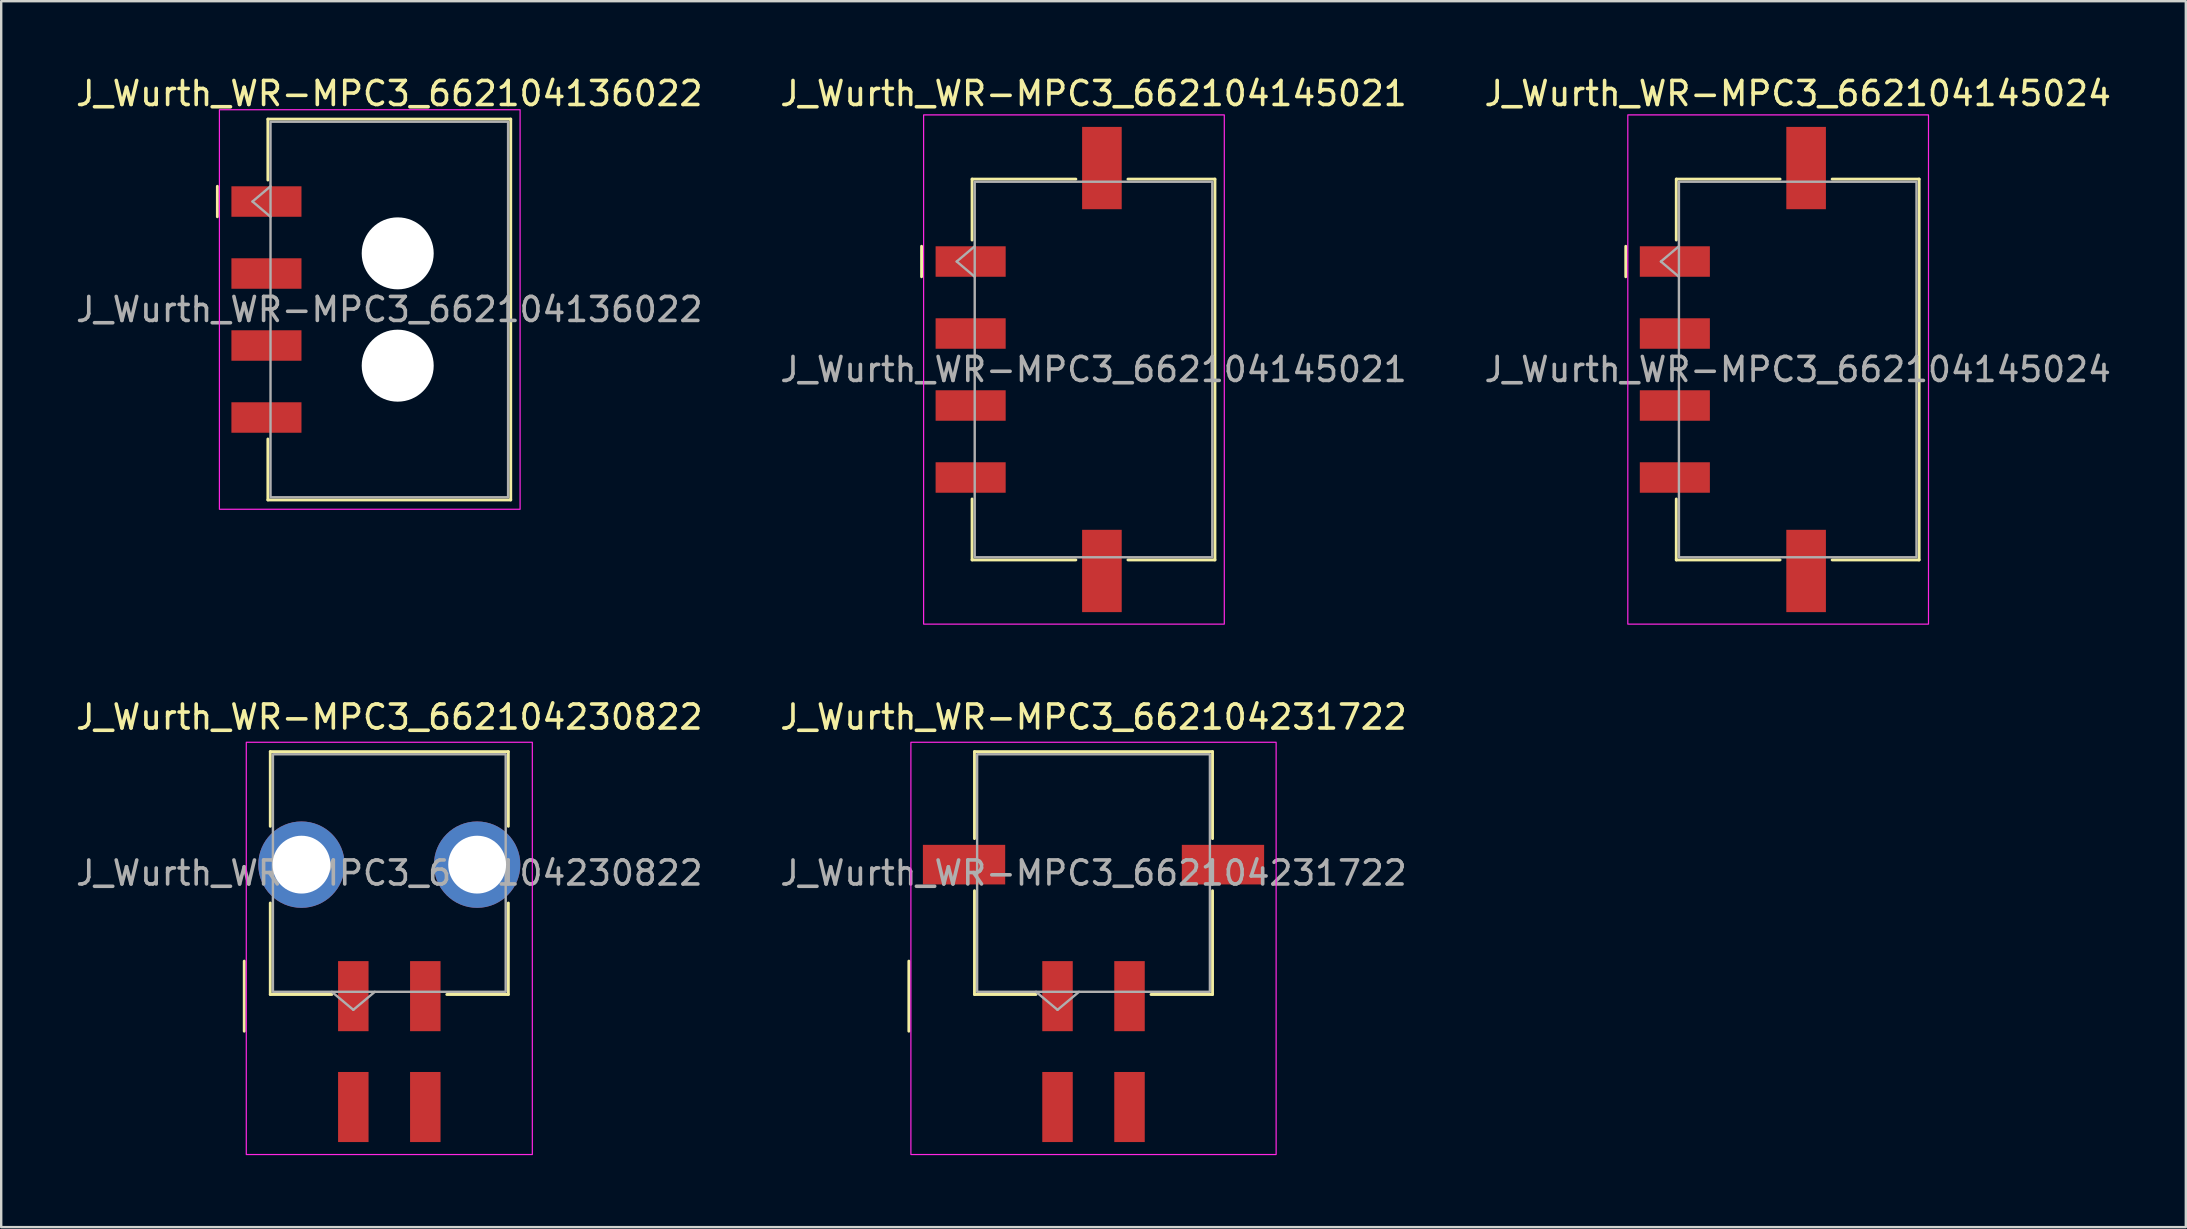
<source format=kicad_pcb>
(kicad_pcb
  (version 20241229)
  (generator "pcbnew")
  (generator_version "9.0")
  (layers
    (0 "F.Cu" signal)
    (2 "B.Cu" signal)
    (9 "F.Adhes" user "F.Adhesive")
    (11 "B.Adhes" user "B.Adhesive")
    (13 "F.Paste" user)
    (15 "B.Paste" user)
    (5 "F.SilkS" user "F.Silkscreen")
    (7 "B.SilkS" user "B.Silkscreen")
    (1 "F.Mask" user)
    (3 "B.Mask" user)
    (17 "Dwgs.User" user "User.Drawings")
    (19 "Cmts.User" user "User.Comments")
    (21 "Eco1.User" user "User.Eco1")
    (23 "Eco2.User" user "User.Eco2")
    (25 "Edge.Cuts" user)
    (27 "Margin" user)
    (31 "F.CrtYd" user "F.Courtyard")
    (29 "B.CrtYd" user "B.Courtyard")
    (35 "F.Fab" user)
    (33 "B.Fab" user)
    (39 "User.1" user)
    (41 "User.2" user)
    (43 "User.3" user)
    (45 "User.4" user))
  (footprint "J_Wurth_WR-MPC3_662104136022"
    (layer "F.Cu")
    (at 13.173 9.848)
    (property "Reference" "J_Wurth_WR-MPC3_662104136022" (at 0 -9 0) (unlocked yes) (layer "F.SilkS") (effects (font (size 1 1) (thickness 0.15))))
    (attr smd)
    (fp_line (start -7.165 -5.135) (end -7.165 -3.865) (stroke (width 0.12) (type solid)) (layer "F.SilkS"))
    (fp_line (start -5.06 -7.935) (end 5.06 -7.935) (stroke (width 0.12) (type default)) (layer "F.SilkS"))
    (fp_line (start -5.06 -5.395) (end -5.06 -7.935) (stroke (width 0.12) (type default)) (layer "F.SilkS"))
    (fp_line (start -5.06 7.935) (end -5.06 5.395) (stroke (width 0.12) (type default)) (layer "F.SilkS"))
    (fp_line (start 5.06 -7.935) (end 5.06 7.935) (stroke (width 0.12) (type default)) (layer "F.SilkS"))
    (fp_line (start 5.06 7.935) (end -5.06 7.935) (stroke (width 0.12) (type default)) (layer "F.SilkS"))
    (fp_rect (start -7.08 -8.325) (end 5.45 8.325) (stroke (width 0.05) (type solid)) (fill no) (layer "F.CrtYd"))
    (fp_line (start -5.7 -4.5) (end -4.95 -5.135) (stroke (width 0.1) (type solid)) (layer "F.Fab"))
    (fp_line (start -5.7 -4.5) (end -4.95 -3.865) (stroke (width 0.1) (type solid)) (layer "F.Fab"))
    (fp_rect (start -4.95 -7.825) (end 4.95 7.825) (stroke (width 0.1) (type solid)) (fill no) (layer "F.Fab"))
    (fp_text user "${REFERENCE}" (at 0 0 0) (unlocked yes) (layer "F.Fab") (effects (font (size 1 1) (thickness 0.15))))
    (pad "" np_thru_hole circle (at 0.35 -2.34 90) (size 3 3) (drill 3) (layers "*.Cu" "*.Mask"))
    (pad "" np_thru_hole circle (at 0.35 2.34 90) (size 3 3) (drill 3) (layers "*.Cu" "*.Mask"))
    (pad "1" smd rect (at -5.12 -4.5 90) (size 1.27 2.92) (layers "F.Cu" "F.Mask" "F.Paste"))
    (pad "2" smd rect (at -5.12 -1.5 90) (size 1.27 2.92) (layers "F.Cu" "F.Mask" "F.Paste"))
    (pad "3" smd rect (at -5.12 1.5 90) (size 1.27 2.92) (layers "F.Cu" "F.Mask" "F.Paste"))
    (pad "4" smd rect (at -5.12 4.5 90) (size 1.27 2.92) (layers "F.Cu" "F.Mask" "F.Paste")))
  (footprint "J_Wurth_WR-MPC3_662104230822"
    (layer "F.Cu")
    (at 13.173 33.331)
    (property "Reference" "J_Wurth_WR-MPC3_662104230822" (at 0 -6.5 0) (unlocked yes) (layer "F.SilkS") (effects (font (size 1 1) (thickness 0.15))))
    (attr smd)
    (fp_line (start -6.045 6.59) (end -6.045 3.67) (stroke (width 0.12) (type solid)) (layer "F.SilkS"))
    (fp_line (start -4.96 -5.06) (end -4.96 -1.948) (stroke (width 0.12) (type default)) (layer "F.SilkS"))
    (fp_line (start -4.96 -5.06) (end 4.96 -5.06) (stroke (width 0.12) (type default)) (layer "F.SilkS"))
    (fp_line (start -4.96 1.248) (end -4.96 5.06) (stroke (width 0.12) (type default)) (layer "F.SilkS"))
    (fp_line (start -2.395 5.06) (end -4.96 5.06) (stroke (width 0.12) (type solid)) (layer "F.SilkS"))
    (fp_line (start 4.96 -5.06) (end 4.96 -1.948) (stroke (width 0.12) (type default)) (layer "F.SilkS"))
    (fp_line (start 4.96 1.248) (end 4.96 5.06) (stroke (width 0.12) (type default)) (layer "F.SilkS"))
    (fp_line (start 4.96 5.06) (end 2.395 5.06) (stroke (width 0.12) (type solid)) (layer "F.SilkS"))
    (fp_rect (start -5.96 -5.45) (end 5.96 11.73) (stroke (width 0.05) (type solid)) (fill no) (layer "F.CrtYd"))
    (fp_line (start -1.5 5.7) (end -2.395 4.95) (stroke (width 0.1) (type solid)) (layer "F.Fab"))
    (fp_line (start -1.5 5.7) (end -0.605 4.95) (stroke (width 0.1) (type solid)) (layer "F.Fab"))
    (fp_rect (start -4.85 -4.95) (end 4.85 4.95) (stroke (width 0.1) (type solid)) (fill no) (layer "F.Fab"))
    (fp_text user "${REFERENCE}" (at 0 0 0) (unlocked yes) (layer "F.Fab") (effects (font (size 1 1) (thickness 0.15))))
    (pad "1" smd rect (at -1.5 5.13 180) (size 1.27 2.92) (layers "F.Cu" "F.Mask" "F.Paste"))
    (pad "2" smd rect (at 1.5 5.13 180) (size 1.27 2.92) (layers "F.Cu" "F.Mask" "F.Paste"))
    (pad "3" smd rect (at -1.5 9.75 180) (size 1.27 2.92) (layers "F.Cu" "F.Mask" "F.Paste"))
    (pad "4" smd rect (at 1.5 9.75 180) (size 1.27 2.92) (layers "F.Cu" "F.Mask" "F.Paste"))
    (pad "MP1" thru_hole circle (at 3.66 -0.35 180) (size 3.6 3.6) (drill 2.41) (layers "*.Cu" "*.Mask"))
    (pad "MP2" thru_hole circle (at -3.66 -0.35 180) (size 3.6 3.6) (drill 2.41) (layers "*.Cu" "*.Mask")))
  (footprint "J_Wurth_WR-MPC3_662104145021"
    (layer "F.Cu")
    (at 42.518 12.348)
    (property "Reference" "J_Wurth_WR-MPC3_662104145021" (at 0 -11.5 0) (unlocked yes) (layer "F.SilkS") (effects (font (size 1 1) (thickness 0.15))))
    (attr smd)
    (fp_line (start -7.165 -5.135) (end -7.165 -3.865) (stroke (width 0.12) (type solid)) (layer "F.SilkS"))
    (fp_line (start -5.06 -5.395) (end -5.06 -7.935) (stroke (width 0.12) (type default)) (layer "F.SilkS"))
    (fp_line (start -5.06 7.935) (end -5.06 5.395) (stroke (width 0.12) (type default)) (layer "F.SilkS"))
    (fp_line (start -0.735 -7.935) (end -5.06 -7.935) (stroke (width 0.12) (type default)) (layer "F.SilkS"))
    (fp_line (start -0.735 7.935) (end -5.06 7.935) (stroke (width 0.12) (type default)) (layer "F.SilkS"))
    (fp_line (start 5.06 -7.935) (end 1.435 -7.935) (stroke (width 0.12) (type solid)) (layer "F.SilkS"))
    (fp_line (start 5.06 -7.935) (end 5.06 7.935) (stroke (width 0.12) (type default)) (layer "F.SilkS"))
    (fp_line (start 5.06 7.935) (end 1.435 7.935) (stroke (width 0.12) (type solid)) (layer "F.SilkS"))
    (fp_rect (start -7.08 -10.61) (end 5.45 10.61) (stroke (width 0.05) (type solid)) (fill no) (layer "F.CrtYd"))
    (fp_line (start -5.7 -4.5) (end -4.95 -5.135) (stroke (width 0.1) (type solid)) (layer "F.Fab"))
    (fp_line (start -5.7 -4.5) (end -4.95 -3.865) (stroke (width 0.1) (type solid)) (layer "F.Fab"))
    (fp_rect (start -4.95 -7.825) (end 4.95 7.825) (stroke (width 0.1) (type solid)) (fill no) (layer "F.Fab"))
    (fp_text user "${REFERENCE}" (at 0 0 0) (unlocked yes) (layer "F.Fab") (effects (font (size 1 1) (thickness 0.15))))
    (pad "1" smd rect (at -5.12 -4.5 90) (size 1.27 2.92) (layers "F.Cu" "F.Mask" "F.Paste"))
    (pad "2" smd rect (at -5.12 -1.5 90) (size 1.27 2.92) (layers "F.Cu" "F.Mask" "F.Paste"))
    (pad "3" smd rect (at -5.12 1.5 90) (size 1.27 2.92) (layers "F.Cu" "F.Mask" "F.Paste"))
    (pad "4" smd rect (at -5.12 4.5 90) (size 1.27 2.92) (layers "F.Cu" "F.Mask" "F.Paste"))
    (pad "MP1" smd rect (at 0.35 8.395 90) (size 3.43 1.65) (layers "F.Cu" "F.Mask" "F.Paste"))
    (pad "MP2" smd rect (at 0.35 -8.395 90) (size 3.43 1.65) (layers "F.Cu" "F.Mask" "F.Paste")))
  (footprint "J_Wurth_WR-MPC3_662104231722"
    (layer "F.Cu")
    (at 42.518 33.331)
    (property "Reference" "J_Wurth_WR-MPC3_662104231722" (at 0 -6.5 0) (unlocked yes) (layer "F.SilkS") (effects (font (size 1 1) (thickness 0.15))))
    (attr smd)
    (fp_line (start -7.695 6.59) (end -7.695 3.67) (stroke (width 0.12) (type solid)) (layer "F.SilkS"))
    (fp_line (start -4.96 -5.06) (end -4.96 -1.435) (stroke (width 0.12) (type solid)) (layer "F.SilkS"))
    (fp_line (start -4.96 -5.06) (end 4.96 -5.06) (stroke (width 0.12) (type default)) (layer "F.SilkS"))
    (fp_line (start -4.96 0.735) (end -4.96 5.06) (stroke (width 0.12) (type solid)) (layer "F.SilkS"))
    (fp_line (start -2.395 5.06) (end -4.96 5.06) (stroke (width 0.12) (type solid)) (layer "F.SilkS"))
    (fp_line (start 4.96 -5.06) (end 4.96 -1.435) (stroke (width 0.12) (type solid)) (layer "F.SilkS"))
    (fp_line (start 4.96 0.735) (end 4.96 5.06) (stroke (width 0.12) (type solid)) (layer "F.SilkS"))
    (fp_line (start 4.96 5.06) (end 2.395 5.06) (stroke (width 0.12) (type solid)) (layer "F.SilkS"))
    (fp_rect (start -7.61 -5.45) (end 7.61 11.73) (stroke (width 0.05) (type solid)) (fill no) (layer "F.CrtYd"))
    (fp_line (start -1.5 5.7) (end -2.395 4.95) (stroke (width 0.1) (type solid)) (layer "F.Fab"))
    (fp_line (start -1.5 5.7) (end -0.605 4.95) (stroke (width 0.1) (type solid)) (layer "F.Fab"))
    (fp_rect (start -4.85 -4.95) (end 4.85 4.95) (stroke (width 0.1) (type solid)) (fill no) (layer "F.Fab"))
    (fp_text user "${REFERENCE}" (at 0 0 0) (unlocked yes) (layer "F.Fab") (effects (font (size 1 1) (thickness 0.15))))
    (pad "1" smd rect (at -1.5 5.13 180) (size 1.27 2.92) (layers "F.Cu" "F.Mask" "F.Paste"))
    (pad "2" smd rect (at 1.5 5.13 180) (size 1.27 2.92) (layers "F.Cu" "F.Mask" "F.Paste"))
    (pad "3" smd rect (at -1.5 9.75 180) (size 1.27 2.92) (layers "F.Cu" "F.Mask" "F.Paste"))
    (pad "4" smd rect (at 1.5 9.75 180) (size 1.27 2.92) (layers "F.Cu" "F.Mask" "F.Paste"))
    (pad "MP1" smd rect (at 5.395 -0.35 180) (size 3.43 1.65) (layers "F.Cu" "F.Mask" "F.Paste"))
    (pad "MP2" smd rect (at -5.395 -0.35 180) (size 3.43 1.65) (layers "F.Cu" "F.Mask" "F.Paste")))
  (footprint "J_Wurth_WR-MPC3_662104145024"
    (layer "F.Cu")
    (at 71.863 12.348)
    (property "Reference" "J_Wurth_WR-MPC3_662104145024" (at 0 -11.5 0) (unlocked yes) (layer "F.SilkS") (effects (font (size 1 1) (thickness 0.15))))
    (attr smd)
    (fp_line (start -7.165 -5.135) (end -7.165 -3.865) (stroke (width 0.12) (type solid)) (layer "F.SilkS"))
    (fp_line (start -5.06 -5.395) (end -5.06 -7.935) (stroke (width 0.12) (type default)) (layer "F.SilkS"))
    (fp_line (start -5.06 7.935) (end -5.06 5.395) (stroke (width 0.12) (type default)) (layer "F.SilkS"))
    (fp_line (start -0.735 -7.935) (end -5.06 -7.935) (stroke (width 0.12) (type default)) (layer "F.SilkS"))
    (fp_line (start -0.735 7.935) (end -5.06 7.935) (stroke (width 0.12) (type default)) (layer "F.SilkS"))
    (fp_line (start 5.06 -7.935) (end 1.435 -7.935) (stroke (width 0.12) (type solid)) (layer "F.SilkS"))
    (fp_line (start 5.06 -7.935) (end 5.06 7.935) (stroke (width 0.12) (type default)) (layer "F.SilkS"))
    (fp_line (start 5.06 7.935) (end 1.435 7.935) (stroke (width 0.12) (type solid)) (layer "F.SilkS"))
    (fp_rect (start -7.08 -10.61) (end 5.45 10.61) (stroke (width 0.05) (type solid)) (fill no) (layer "F.CrtYd"))
    (fp_line (start -5.7 -4.5) (end -4.95 -5.135) (stroke (width 0.1) (type solid)) (layer "F.Fab"))
    (fp_line (start -5.7 -4.5) (end -4.95 -3.865) (stroke (width 0.1) (type solid)) (layer "F.Fab"))
    (fp_rect (start -4.95 -7.825) (end 4.95 7.825) (stroke (width 0.1) (type solid)) (fill no) (layer "F.Fab"))
    (fp_text user "${REFERENCE}" (at 0 0 0) (unlocked yes) (layer "F.Fab") (effects (font (size 1 1) (thickness 0.15))))
    (pad "1" smd rect (at -5.12 -4.5 90) (size 1.27 2.92) (layers "F.Cu" "F.Mask" "F.Paste"))
    (pad "2" smd rect (at -5.12 -1.5 90) (size 1.27 2.92) (layers "F.Cu" "F.Mask" "F.Paste"))
    (pad "3" smd rect (at -5.12 1.5 90) (size 1.27 2.92) (layers "F.Cu" "F.Mask" "F.Paste"))
    (pad "4" smd rect (at -5.12 4.5 90) (size 1.27 2.92) (layers "F.Cu" "F.Mask" "F.Paste"))
    (pad "MP1" smd rect (at 0.35 8.395 90) (size 3.43 1.65) (layers "F.Cu" "F.Mask" "F.Paste"))
    (pad "MP2" smd rect (at 0.35 -8.395 90) (size 3.43 1.65) (layers "F.Cu" "F.Mask" "F.Paste")))
  (gr_rect
    (start -3 -3)
    (end 88.036 48.087)
    (stroke (width 0.1) (type default))
    (fill no)
    (layer "Edge.Cuts")))
</source>
